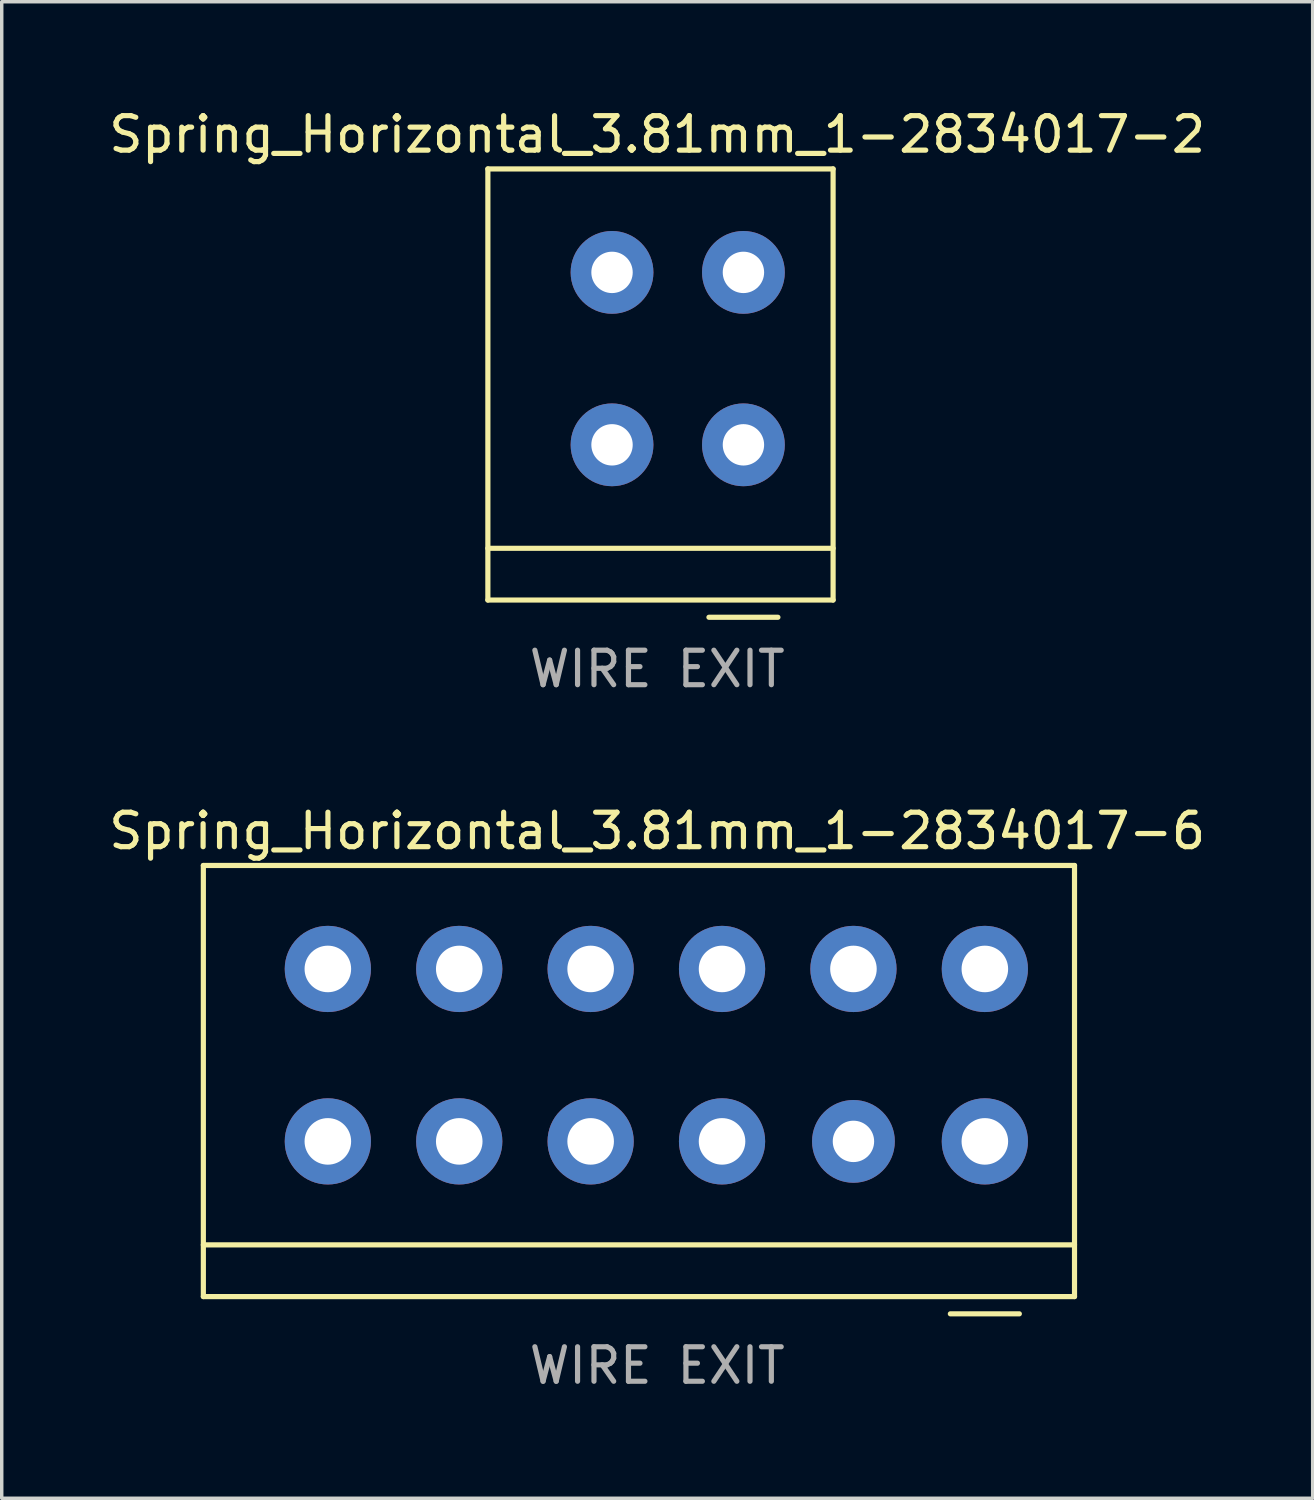
<source format=kicad_pcb>
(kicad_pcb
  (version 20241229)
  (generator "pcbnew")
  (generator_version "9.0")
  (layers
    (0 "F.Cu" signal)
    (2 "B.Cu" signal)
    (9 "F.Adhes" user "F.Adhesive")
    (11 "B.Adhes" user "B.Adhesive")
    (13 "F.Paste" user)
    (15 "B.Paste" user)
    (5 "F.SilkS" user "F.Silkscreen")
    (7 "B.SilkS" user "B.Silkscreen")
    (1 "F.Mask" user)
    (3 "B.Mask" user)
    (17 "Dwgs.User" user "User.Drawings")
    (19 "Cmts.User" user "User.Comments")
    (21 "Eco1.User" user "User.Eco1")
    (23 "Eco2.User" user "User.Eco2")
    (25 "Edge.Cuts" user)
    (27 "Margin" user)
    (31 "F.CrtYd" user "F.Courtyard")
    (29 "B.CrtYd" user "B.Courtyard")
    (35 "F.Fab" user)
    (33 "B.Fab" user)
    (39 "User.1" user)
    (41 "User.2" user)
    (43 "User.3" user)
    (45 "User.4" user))
  (footprint "Spring_Horizontal_3.81mm_1-2834017-6"
    (layer "F.Cu")
    (at 25.506 25.045)
    (property "Reference" "Spring_Horizontal_3.81mm_1-2834017-6" (at -9.5 -4 0) (layer "F.SilkS") (effects (font (size 1 1) (thickness 0.15))))
    (attr through_hole)
    (fp_line (start -22.66 -3) (end -22.66 9.5) (stroke (width 0.15) (type solid)) (layer "F.SilkS"))
    (fp_line (start -22.66 -3) (end 2.6 -3) (stroke (width 0.15) (type solid)) (layer "F.SilkS"))
    (fp_line (start -22.66 8) (end 2.6 8) (stroke (width 0.15) (type solid)) (layer "F.SilkS"))
    (fp_line (start -22.66 9.5) (end 2.6 9.5) (stroke (width 0.15) (type solid)) (layer "F.SilkS"))
    (fp_line (start -1 10) (end 1 10) (stroke (width 0.15) (type solid)) (layer "F.SilkS"))
    (fp_line (start 2.6 -3) (end 2.6 9.5) (stroke (width 0.15) (type solid)) (layer "F.SilkS"))
    (fp_text user "WIRE EXIT" (at -9.5 11.5 0) (layer "F.Fab") (effects (font (size 1 1) (thickness 0.15))))
    (pad "1" thru_hole circle (at 0 0) (size 2.5 2.5) (drill 1.35) (layers "*.Cu" "*.Mask"))
    (pad "1" thru_hole circle (at 0 5) (size 2.5 2.5) (drill 1.35) (layers "*.Cu" "*.Mask"))
    (pad "2" thru_hole circle (at -3.81 0) (size 2.5 2.5) (drill 1.35) (layers "*.Cu" "*.Mask"))
    (pad "2" thru_hole circle (at -3.81 5) (size 2.4 2.4) (drill 1.2) (layers "*.Cu" "*.Mask"))
    (pad "3" thru_hole circle (at -7.62 0) (size 2.5 2.5) (drill 1.35) (layers "*.Cu" "*.Mask"))
    (pad "3" thru_hole circle (at -7.62 5) (size 2.5 2.5) (drill 1.35) (layers "*.Cu" "*.Mask"))
    (pad "4" thru_hole circle (at -11.43 0) (size 2.5 2.5) (drill 1.35) (layers "*.Cu" "*.Mask"))
    (pad "4" thru_hole circle (at -11.43 5) (size 2.5 2.5) (drill 1.35) (layers "*.Cu" "*.Mask"))
    (pad "5" thru_hole circle (at -15.24 0) (size 2.5 2.5) (drill 1.35) (layers "*.Cu" "*.Mask"))
    (pad "5" thru_hole circle (at -15.24 5) (size 2.5 2.5) (drill 1.35) (layers "*.Cu" "*.Mask"))
    (pad "6" thru_hole circle (at -19.05 0) (size 2.5 2.5) (drill 1.35) (layers "*.Cu" "*.Mask"))
    (pad "6" thru_hole circle (at -19.05 5) (size 2.5 2.5) (drill 1.35) (layers "*.Cu" "*.Mask")))
  (footprint "Spring_Horizontal_3.81mm_1-2834017-2"
    (layer "F.Cu")
    (at 18.506 4.848)
    (property "Reference" "Spring_Horizontal_3.81mm_1-2834017-2" (at -2.5 -4 0) (layer "F.SilkS") (effects (font (size 1 1) (thickness 0.15))))
    (attr through_hole)
    (fp_line (start -7.41 -3) (end -7.41 9.5) (stroke (width 0.15) (type solid)) (layer "F.SilkS"))
    (fp_line (start -7.41 -3) (end 2.6 -3) (stroke (width 0.15) (type solid)) (layer "F.SilkS"))
    (fp_line (start -7.41 8) (end 2.6 8) (stroke (width 0.15) (type solid)) (layer "F.SilkS"))
    (fp_line (start -7.41 9.5) (end 2.6 9.5) (stroke (width 0.15) (type solid)) (layer "F.SilkS"))
    (fp_line (start -1 10) (end 1 10) (stroke (width 0.15) (type solid)) (layer "F.SilkS"))
    (fp_line (start 2.6 -3) (end 2.6 9.5) (stroke (width 0.15) (type solid)) (layer "F.SilkS"))
    (fp_text user "WIRE EXIT" (at -2.5 11.5 0) (layer "F.Fab") (effects (font (size 1 1) (thickness 0.15))))
    (pad "1" thru_hole circle (at 0 0) (size 2.4 2.4) (drill 1.2) (layers "*.Cu" "*.Mask"))
    (pad "1" thru_hole circle (at 0 5) (size 2.4 2.4) (drill 1.2) (layers "*.Cu" "*.Mask"))
    (pad "2" thru_hole circle (at -3.81 0) (size 2.4 2.4) (drill 1.2) (layers "*.Cu" "*.Mask"))
    (pad "2" thru_hole circle (at -3.81 5) (size 2.4 2.4) (drill 1.2) (layers "*.Cu" "*.Mask")))
  (gr_rect
    (start -3 -3)
    (end 35.012 40.393)
    (stroke (width 0.1) (type default))
    (fill no)
    (layer "Edge.Cuts")))
</source>
